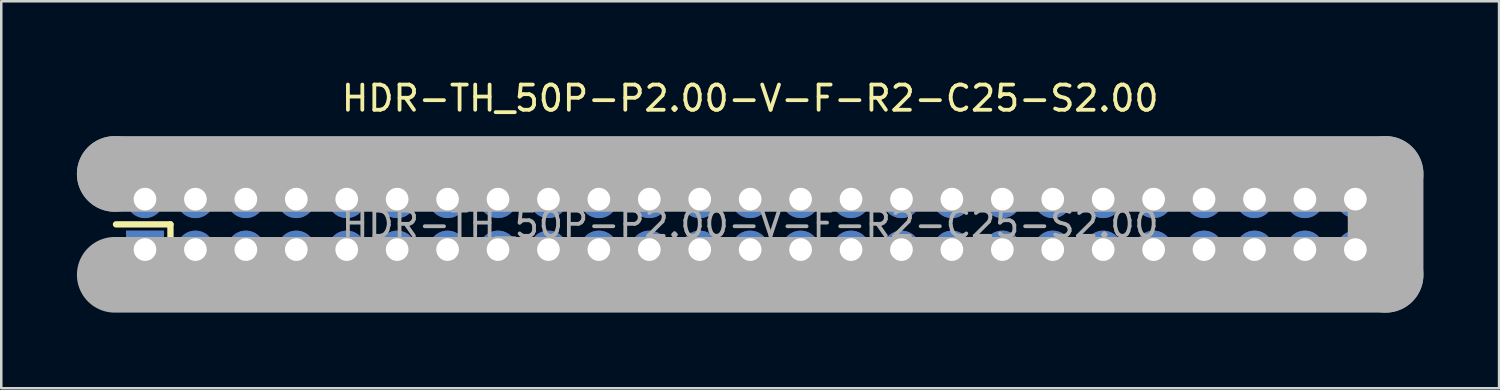
<source format=kicad_pcb>
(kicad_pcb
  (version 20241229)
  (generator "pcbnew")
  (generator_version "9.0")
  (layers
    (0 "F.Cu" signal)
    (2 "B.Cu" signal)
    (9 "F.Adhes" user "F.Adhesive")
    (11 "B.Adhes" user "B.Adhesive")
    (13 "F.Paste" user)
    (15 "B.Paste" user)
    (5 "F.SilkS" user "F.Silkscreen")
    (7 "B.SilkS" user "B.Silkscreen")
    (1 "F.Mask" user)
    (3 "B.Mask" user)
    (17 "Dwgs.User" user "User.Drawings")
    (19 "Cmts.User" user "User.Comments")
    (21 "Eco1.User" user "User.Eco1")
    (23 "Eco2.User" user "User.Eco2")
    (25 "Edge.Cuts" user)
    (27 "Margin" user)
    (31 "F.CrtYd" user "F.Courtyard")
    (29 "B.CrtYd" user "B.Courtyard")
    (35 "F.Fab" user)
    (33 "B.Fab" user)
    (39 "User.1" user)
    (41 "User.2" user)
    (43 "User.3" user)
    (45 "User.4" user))
  (footprint "HDR-TH_50P-P2.00-V-F-R2-C25-S2.00"
    (layer "F.Cu")
    (at 26.7 5.848)
    (property "Reference" "HDR-TH_50P-P2.00-V-F-R2-C25-S2.00" (at 0 -5 0) (layer "F.SilkS") (effects (font (size 1 1) (thickness 0.15))))
    (attr through_hole)
    (fp_line (start -25.15 0) (end -22.99 0) (stroke (width 0.25) (type solid)) (layer "F.SilkS"))
    (fp_line (start -22.99 0) (end -22.99 1.9) (stroke (width 0.25) (type solid)) (layer "F.SilkS"))
    (fp_line (start -25.2 -2) (end -25.2 -2) (stroke (width 3) (type solid)) (layer "F.Fab"))
    (fp_line (start -25.2 -2) (end 25.2 -2) (stroke (width 3) (type solid)) (layer "F.Fab"))
    (fp_line (start 25.2 -2) (end 25.2 2) (stroke (width 3) (type solid)) (layer "F.Fab"))
    (fp_line (start 25.2 2) (end -25.2 2) (stroke (width 3) (type solid)) (layer "F.Fab"))
    (fp_circle (center -25.33 2.13) (end -25.3 2.13) (stroke (width 0.06) (type solid)) (fill no) (layer "F.Fab"))
    (fp_circle (center -24 -1) (end -23.82 -1) (stroke (width 0.35) (type solid)) (fill no) (layer "F.Fab"))
    (fp_circle (center -24 1) (end -23.82 1) (stroke (width 0.35) (type solid)) (fill no) (layer "F.Fab"))
    (fp_circle (center -22 -1) (end -21.82 -1) (stroke (width 0.35) (type solid)) (fill no) (layer "F.Fab"))
    (fp_circle (center -22 1) (end -21.82 1) (stroke (width 0.35) (type solid)) (fill no) (layer "F.Fab"))
    (fp_circle (center -20 -1) (end -19.82 -1) (stroke (width 0.35) (type solid)) (fill no) (layer "F.Fab"))
    (fp_circle (center -20 1) (end -19.82 1) (stroke (width 0.35) (type solid)) (fill no) (layer "F.Fab"))
    (fp_circle (center -18 -1) (end -17.82 -1) (stroke (width 0.35) (type solid)) (fill no) (layer "F.Fab"))
    (fp_circle (center -18 1) (end -17.82 1) (stroke (width 0.35) (type solid)) (fill no) (layer "F.Fab"))
    (fp_circle (center -16 -1) (end -15.82 -1) (stroke (width 0.35) (type solid)) (fill no) (layer "F.Fab"))
    (fp_circle (center -16 1) (end -15.82 1) (stroke (width 0.35) (type solid)) (fill no) (layer "F.Fab"))
    (fp_circle (center -14 -1) (end -13.82 -1) (stroke (width 0.35) (type solid)) (fill no) (layer "F.Fab"))
    (fp_circle (center -14 1) (end -13.82 1) (stroke (width 0.35) (type solid)) (fill no) (layer "F.Fab"))
    (fp_circle (center -12 -1) (end -11.82 -1) (stroke (width 0.35) (type solid)) (fill no) (layer "F.Fab"))
    (fp_circle (center -12 1) (end -11.82 1) (stroke (width 0.35) (type solid)) (fill no) (layer "F.Fab"))
    (fp_circle (center -10 -1) (end -9.82 -1) (stroke (width 0.35) (type solid)) (fill no) (layer "F.Fab"))
    (fp_circle (center -10 1) (end -9.82 1) (stroke (width 0.35) (type solid)) (fill no) (layer "F.Fab"))
    (fp_circle (center -8 -1) (end -7.82 -1) (stroke (width 0.35) (type solid)) (fill no) (layer "F.Fab"))
    (fp_circle (center -8 1) (end -7.82 1) (stroke (width 0.35) (type solid)) (fill no) (layer "F.Fab"))
    (fp_circle (center -6 -1) (end -5.82 -1) (stroke (width 0.35) (type solid)) (fill no) (layer "F.Fab"))
    (fp_circle (center -6 1) (end -5.82 1) (stroke (width 0.35) (type solid)) (fill no) (layer "F.Fab"))
    (fp_circle (center -4 -1) (end -3.82 -1) (stroke (width 0.35) (type solid)) (fill no) (layer "F.Fab"))
    (fp_circle (center -4 1) (end -3.82 1) (stroke (width 0.35) (type solid)) (fill no) (layer "F.Fab"))
    (fp_circle (center -2 -1) (end -1.82 -1) (stroke (width 0.35) (type solid)) (fill no) (layer "F.Fab"))
    (fp_circle (center -2 1) (end -1.82 1) (stroke (width 0.35) (type solid)) (fill no) (layer "F.Fab"))
    (fp_circle (center 0 -1) (end 0.18 -1) (stroke (width 0.35) (type solid)) (fill no) (layer "F.Fab"))
    (fp_circle (center 0 1) (end 0.18 1) (stroke (width 0.35) (type solid)) (fill no) (layer "F.Fab"))
    (fp_circle (center 2 -1) (end 2.18 -1) (stroke (width 0.35) (type solid)) (fill no) (layer "F.Fab"))
    (fp_circle (center 2 1) (end 2.18 1) (stroke (width 0.35) (type solid)) (fill no) (layer "F.Fab"))
    (fp_circle (center 4 -1) (end 4.18 -1) (stroke (width 0.35) (type solid)) (fill no) (layer "F.Fab"))
    (fp_circle (center 4 1) (end 4.18 1) (stroke (width 0.35) (type solid)) (fill no) (layer "F.Fab"))
    (fp_circle (center 6 -1) (end 6.18 -1) (stroke (width 0.35) (type solid)) (fill no) (layer "F.Fab"))
    (fp_circle (center 6 1) (end 6.18 1) (stroke (width 0.35) (type solid)) (fill no) (layer "F.Fab"))
    (fp_circle (center 8 -1) (end 8.18 -1) (stroke (width 0.35) (type solid)) (fill no) (layer "F.Fab"))
    (fp_circle (center 8 1) (end 8.18 1) (stroke (width 0.35) (type solid)) (fill no) (layer "F.Fab"))
    (fp_circle (center 10 -1) (end 10.18 -1) (stroke (width 0.35) (type solid)) (fill no) (layer "F.Fab"))
    (fp_circle (center 10 1) (end 10.18 1) (stroke (width 0.35) (type solid)) (fill no) (layer "F.Fab"))
    (fp_circle (center 12 -1) (end 12.18 -1) (stroke (width 0.35) (type solid)) (fill no) (layer "F.Fab"))
    (fp_circle (center 12 1) (end 12.18 1) (stroke (width 0.35) (type solid)) (fill no) (layer "F.Fab"))
    (fp_circle (center 14 -1) (end 14.18 -1) (stroke (width 0.35) (type solid)) (fill no) (layer "F.Fab"))
    (fp_circle (center 14 1) (end 14.18 1) (stroke (width 0.35) (type solid)) (fill no) (layer "F.Fab"))
    (fp_circle (center 16 -1) (end 16.18 -1) (stroke (width 0.35) (type solid)) (fill no) (layer "F.Fab"))
    (fp_circle (center 16 1) (end 16.18 1) (stroke (width 0.35) (type solid)) (fill no) (layer "F.Fab"))
    (fp_circle (center 18 -1) (end 18.18 -1) (stroke (width 0.35) (type solid)) (fill no) (layer "F.Fab"))
    (fp_circle (center 18 1) (end 18.18 1) (stroke (width 0.35) (type solid)) (fill no) (layer "F.Fab"))
    (fp_circle (center 20 -1) (end 20.18 -1) (stroke (width 0.35) (type solid)) (fill no) (layer "F.Fab"))
    (fp_circle (center 20 1) (end 20.18 1) (stroke (width 0.35) (type solid)) (fill no) (layer "F.Fab"))
    (fp_circle (center 22 -1) (end 22.18 -1) (stroke (width 0.35) (type solid)) (fill no) (layer "F.Fab"))
    (fp_circle (center 22 1) (end 22.18 1) (stroke (width 0.35) (type solid)) (fill no) (layer "F.Fab"))
    (fp_circle (center 24 -1) (end 24.18 -1) (stroke (width 0.35) (type solid)) (fill no) (layer "F.Fab"))
    (fp_circle (center 24 1) (end 24.18 1) (stroke (width 0.35) (type solid)) (fill no) (layer "F.Fab"))
    (fp_text user "${REFERENCE}" (at 0 0 0) (layer "F.Fab") (effects (font (size 1 1) (thickness 0.15))))
    (pad "1" thru_hole rect (at -24 1 90) (size 1.5 1.5) (drill 0.9) (layers "*.Cu" "*.Paste" "*.Mask"))
    (pad "2" thru_hole circle (at -24 -1) (size 1.5 1.5) (drill 0.9) (layers "*.Cu" "*.Paste" "*.Mask"))
    (pad "3" thru_hole circle (at -22 1) (size 1.5 1.5) (drill 0.9) (layers "*.Cu" "*.Paste" "*.Mask"))
    (pad "4" thru_hole circle (at -22 -1) (size 1.5 1.5) (drill 0.9) (layers "*.Cu" "*.Paste" "*.Mask"))
    (pad "5" thru_hole circle (at -20 1) (size 1.5 1.5) (drill 0.9) (layers "*.Cu" "*.Paste" "*.Mask"))
    (pad "6" thru_hole circle (at -20 -1) (size 1.5 1.5) (drill 0.9) (layers "*.Cu" "*.Paste" "*.Mask"))
    (pad "7" thru_hole circle (at -18 1) (size 1.5 1.5) (drill 0.9) (layers "*.Cu" "*.Paste" "*.Mask"))
    (pad "8" thru_hole circle (at -18 -1) (size 1.5 1.5) (drill 0.9) (layers "*.Cu" "*.Paste" "*.Mask"))
    (pad "9" thru_hole circle (at -16 1) (size 1.5 1.5) (drill 0.9) (layers "*.Cu" "*.Paste" "*.Mask"))
    (pad "10" thru_hole circle (at -16 -1) (size 1.5 1.5) (drill 0.9) (layers "*.Cu" "*.Paste" "*.Mask"))
    (pad "11" thru_hole circle (at -14 1) (size 1.5 1.5) (drill 0.9) (layers "*.Cu" "*.Paste" "*.Mask"))
    (pad "12" thru_hole circle (at -14 -1) (size 1.5 1.5) (drill 0.9) (layers "*.Cu" "*.Paste" "*.Mask"))
    (pad "13" thru_hole circle (at -12 1) (size 1.5 1.5) (drill 0.9) (layers "*.Cu" "*.Paste" "*.Mask"))
    (pad "14" thru_hole circle (at -12 -1) (size 1.5 1.5) (drill 0.9) (layers "*.Cu" "*.Paste" "*.Mask"))
    (pad "15" thru_hole circle (at -10 1) (size 1.5 1.5) (drill 0.9) (layers "*.Cu" "*.Paste" "*.Mask"))
    (pad "16" thru_hole circle (at -10 -1) (size 1.5 1.5) (drill 0.9) (layers "*.Cu" "*.Paste" "*.Mask"))
    (pad "17" thru_hole circle (at -8 1) (size 1.5 1.5) (drill 0.9) (layers "*.Cu" "*.Paste" "*.Mask"))
    (pad "18" thru_hole circle (at -8 -1) (size 1.5 1.5) (drill 0.9) (layers "*.Cu" "*.Paste" "*.Mask"))
    (pad "19" thru_hole circle (at -6 1) (size 1.5 1.5) (drill 0.9) (layers "*.Cu" "*.Paste" "*.Mask"))
    (pad "20" thru_hole circle (at -6 -1) (size 1.5 1.5) (drill 0.9) (layers "*.Cu" "*.Paste" "*.Mask"))
    (pad "21" thru_hole circle (at -4 1) (size 1.5 1.5) (drill 0.9) (layers "*.Cu" "*.Paste" "*.Mask"))
    (pad "22" thru_hole circle (at -4 -1) (size 1.5 1.5) (drill 0.9) (layers "*.Cu" "*.Paste" "*.Mask"))
    (pad "23" thru_hole circle (at -2 1) (size 1.5 1.5) (drill 0.9) (layers "*.Cu" "*.Paste" "*.Mask"))
    (pad "24" thru_hole circle (at -2 -1) (size 1.5 1.5) (drill 0.9) (layers "*.Cu" "*.Paste" "*.Mask"))
    (pad "25" thru_hole circle (at 0 1) (size 1.5 1.5) (drill 0.9) (layers "*.Cu" "*.Paste" "*.Mask"))
    (pad "26" thru_hole circle (at 0 -1) (size 1.5 1.5) (drill 0.9) (layers "*.Cu" "*.Paste" "*.Mask"))
    (pad "27" thru_hole circle (at 2 1) (size 1.5 1.5) (drill 0.9) (layers "*.Cu" "*.Paste" "*.Mask"))
    (pad "28" thru_hole circle (at 2 -1) (size 1.5 1.5) (drill 0.9) (layers "*.Cu" "*.Paste" "*.Mask"))
    (pad "29" thru_hole circle (at 4 1) (size 1.5 1.5) (drill 0.9) (layers "*.Cu" "*.Paste" "*.Mask"))
    (pad "30" thru_hole circle (at 4 -1) (size 1.5 1.5) (drill 0.9) (layers "*.Cu" "*.Paste" "*.Mask"))
    (pad "31" thru_hole circle (at 6 1) (size 1.5 1.5) (drill 0.9) (layers "*.Cu" "*.Paste" "*.Mask"))
    (pad "32" thru_hole circle (at 6 -1) (size 1.5 1.5) (drill 0.9) (layers "*.Cu" "*.Paste" "*.Mask"))
    (pad "33" thru_hole circle (at 8 1) (size 1.5 1.5) (drill 0.9) (layers "*.Cu" "*.Paste" "*.Mask"))
    (pad "34" thru_hole circle (at 8 -1) (size 1.5 1.5) (drill 0.9) (layers "*.Cu" "*.Paste" "*.Mask"))
    (pad "35" thru_hole circle (at 10 1) (size 1.5 1.5) (drill 0.9) (layers "*.Cu" "*.Paste" "*.Mask"))
    (pad "36" thru_hole circle (at 10 -1) (size 1.5 1.5) (drill 0.9) (layers "*.Cu" "*.Paste" "*.Mask"))
    (pad "37" thru_hole circle (at 12 1) (size 1.5 1.5) (drill 0.9) (layers "*.Cu" "*.Paste" "*.Mask"))
    (pad "38" thru_hole circle (at 12 -1) (size 1.5 1.5) (drill 0.9) (layers "*.Cu" "*.Paste" "*.Mask"))
    (pad "39" thru_hole circle (at 14 1) (size 1.5 1.5) (drill 0.9) (layers "*.Cu" "*.Paste" "*.Mask"))
    (pad "40" thru_hole circle (at 14 -1) (size 1.5 1.5) (drill 0.9) (layers "*.Cu" "*.Paste" "*.Mask"))
    (pad "41" thru_hole circle (at 16 1) (size 1.5 1.5) (drill 0.9) (layers "*.Cu" "*.Paste" "*.Mask"))
    (pad "42" thru_hole circle (at 16 -1) (size 1.5 1.5) (drill 0.9) (layers "*.Cu" "*.Paste" "*.Mask"))
    (pad "43" thru_hole circle (at 18 1) (size 1.5 1.5) (drill 0.9) (layers "*.Cu" "*.Paste" "*.Mask"))
    (pad "44" thru_hole circle (at 18 -1) (size 1.5 1.5) (drill 0.9) (layers "*.Cu" "*.Paste" "*.Mask"))
    (pad "45" thru_hole circle (at 20 1) (size 1.5 1.5) (drill 0.9) (layers "*.Cu" "*.Paste" "*.Mask"))
    (pad "46" thru_hole circle (at 20 -1) (size 1.5 1.5) (drill 0.9) (layers "*.Cu" "*.Paste" "*.Mask"))
    (pad "47" thru_hole circle (at 22 1) (size 1.5 1.5) (drill 0.9) (layers "*.Cu" "*.Paste" "*.Mask"))
    (pad "48" thru_hole circle (at 22 -1) (size 1.5 1.5) (drill 0.9) (layers "*.Cu" "*.Paste" "*.Mask"))
    (pad "49" thru_hole circle (at 24 1) (size 1.5 1.5) (drill 0.9) (layers "*.Cu" "*.Paste" "*.Mask"))
    (pad "50" thru_hole circle (at 24 -1) (size 1.5 1.5) (drill 0.9) (layers "*.Cu" "*.Paste" "*.Mask")))
  (gr_rect
    (start -3 -3)
    (end 56.4 12.348)
    (stroke (width 0.1) (type default))
    (fill no)
    (layer "Edge.Cuts")))
</source>
